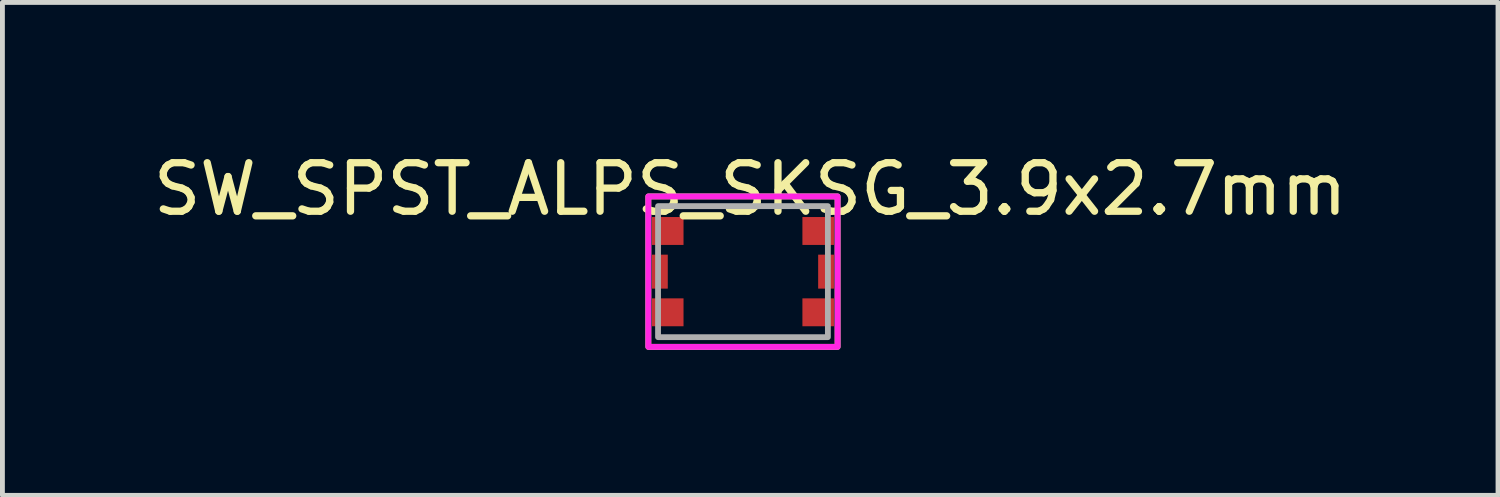
<source format=kicad_pcb>
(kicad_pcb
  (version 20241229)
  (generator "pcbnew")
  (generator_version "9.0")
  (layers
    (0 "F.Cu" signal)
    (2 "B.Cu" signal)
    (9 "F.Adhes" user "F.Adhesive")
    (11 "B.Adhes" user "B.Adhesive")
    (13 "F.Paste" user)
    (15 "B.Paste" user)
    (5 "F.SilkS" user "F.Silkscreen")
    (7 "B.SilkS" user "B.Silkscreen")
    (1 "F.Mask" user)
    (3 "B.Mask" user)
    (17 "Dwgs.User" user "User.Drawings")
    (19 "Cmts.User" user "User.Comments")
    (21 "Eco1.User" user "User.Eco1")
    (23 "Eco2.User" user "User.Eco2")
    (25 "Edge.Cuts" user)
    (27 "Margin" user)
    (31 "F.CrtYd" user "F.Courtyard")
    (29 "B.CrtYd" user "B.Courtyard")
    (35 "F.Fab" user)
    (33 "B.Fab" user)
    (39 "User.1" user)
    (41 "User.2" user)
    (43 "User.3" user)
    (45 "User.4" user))
  (footprint "SW_SPST_ALPS_SKSG_3.9x2.7mm"
    (layer "F.Cu")
    (at 12.261 2.548)
    (property "Reference" "SW_SPST_ALPS_SKSG_3.9x2.7mm" (at 0.15 -1.7 0) (unlocked yes) (layer "F.SilkS") (effects (font (size 1 1) (thickness 0.15))))
    (attr smd)
    (fp_rect (start -1.95 -1.55) (end 1.95 1.55) (stroke (width 0.12) (type default)) (fill no) (layer "F.SilkS"))
    (fp_rect (start -1.95 -1.55) (end 1.95 1.55) (stroke (width 0.12) (type default)) (fill no) (layer "F.CrtYd"))
    (fp_rect (start -1.75 -1.35) (end 1.75 1.35) (stroke (width 0.12) (type default)) (fill no) (layer "F.Fab"))
    (pad "1" smd rect (at -1.55 0.838) (size 0.65 0.575) (layers "F.Cu" "F.Mask" "F.Paste"))
    (pad "1" smd rect (at 1.55 0.838) (size 0.65 0.575) (layers "F.Cu" "F.Mask" "F.Paste"))
    (pad "2" smd rect (at -1.55 -0.838) (size 0.65 0.575) (layers "F.Cu" "F.Mask" "F.Paste"))
    (pad "2" smd rect (at 1.55 -0.838) (size 0.65 0.575) (layers "F.Cu" "F.Mask" "F.Paste"))
    (pad "3" smd rect (at -1.712 0) (size 0.325 0.7) (layers "F.Cu" "F.Mask" "F.Paste"))
    (pad "3" smd rect (at 1.712 0) (size 0.325 0.7) (layers "F.Cu" "F.Mask" "F.Paste")))
  (gr_rect
    (start -3 -3)
    (end 27.821 7.158)
    (stroke (width 0.1) (type default))
    (fill no)
    (layer "Edge.Cuts")))
</source>
